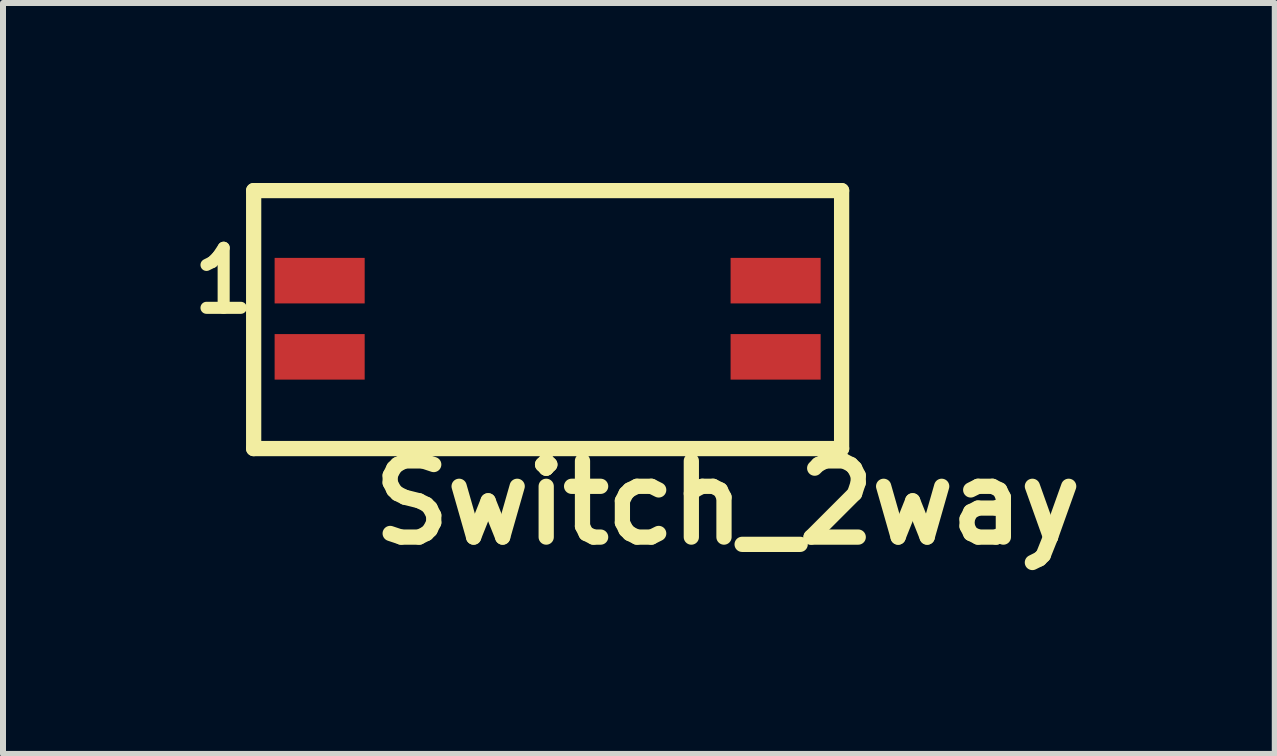
<source format=kicad_pcb>
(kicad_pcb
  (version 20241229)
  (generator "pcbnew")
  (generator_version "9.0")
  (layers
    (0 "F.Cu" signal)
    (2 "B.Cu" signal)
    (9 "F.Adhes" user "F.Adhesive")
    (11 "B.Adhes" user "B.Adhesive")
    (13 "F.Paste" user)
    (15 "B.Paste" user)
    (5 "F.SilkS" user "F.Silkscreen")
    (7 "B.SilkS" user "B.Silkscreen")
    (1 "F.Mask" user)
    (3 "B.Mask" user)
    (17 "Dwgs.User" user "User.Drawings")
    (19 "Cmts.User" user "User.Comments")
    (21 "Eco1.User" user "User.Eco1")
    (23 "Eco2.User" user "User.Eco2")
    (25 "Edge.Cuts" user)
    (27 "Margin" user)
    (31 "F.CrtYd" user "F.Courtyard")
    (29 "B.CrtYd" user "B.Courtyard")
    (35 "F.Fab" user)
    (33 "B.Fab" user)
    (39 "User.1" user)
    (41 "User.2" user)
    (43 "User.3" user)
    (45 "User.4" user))
  (footprint "Switch_2way"
    (layer "F.Cu")
    (at 2.278 1.628)
    (property "Reference" "Switch_2way" (at 6.8 3.7 0) (layer "F.SilkS") (effects (font (size 1.27 1.27) (thickness 0.254))))
    (attr through_hole)
    (fp_line (start -1.1 -1.501) (end -1.1 2.799) (stroke (width 0.254) (type solid)) (layer "F.SilkS"))
    (fp_line (start -1.1 2.799) (end 8.7 2.799) (stroke (width 0.254) (type solid)) (layer "F.SilkS"))
    (fp_line (start 8.7 -1.501) (end -1.1 -1.501) (stroke (width 0.254) (type solid)) (layer "F.SilkS"))
    (fp_line (start 8.7 2.799) (end 8.7 -1.501) (stroke (width 0.254) (type solid)) (layer "F.SilkS"))
    (fp_text user "1" (at -1.6 0 0) (layer "F.SilkS") (effects (font (size 1.001 1.001) (thickness 0.201))))
    (pad "1" smd rect (at 0 0) (size 1.501 0.759) (layers "F.Cu" "F.Mask" "F.Paste"))
    (pad "2" smd rect (at 7.6 0) (size 1.501 0.759) (layers "F.Cu" "F.Mask" "F.Paste"))
    (pad "3" smd rect (at 0 1.27) (size 1.501 0.759) (layers "F.Cu" "F.Mask" "F.Paste"))
    (pad "4" smd rect (at 7.6 1.27) (size 1.501 0.759) (layers "F.Cu" "F.Mask" "F.Paste")))
  (gr_rect
    (start -3 -3)
    (end 18.198 9.517)
    (stroke (width 0.1) (type default))
    (fill no)
    (layer "Edge.Cuts")))
</source>
